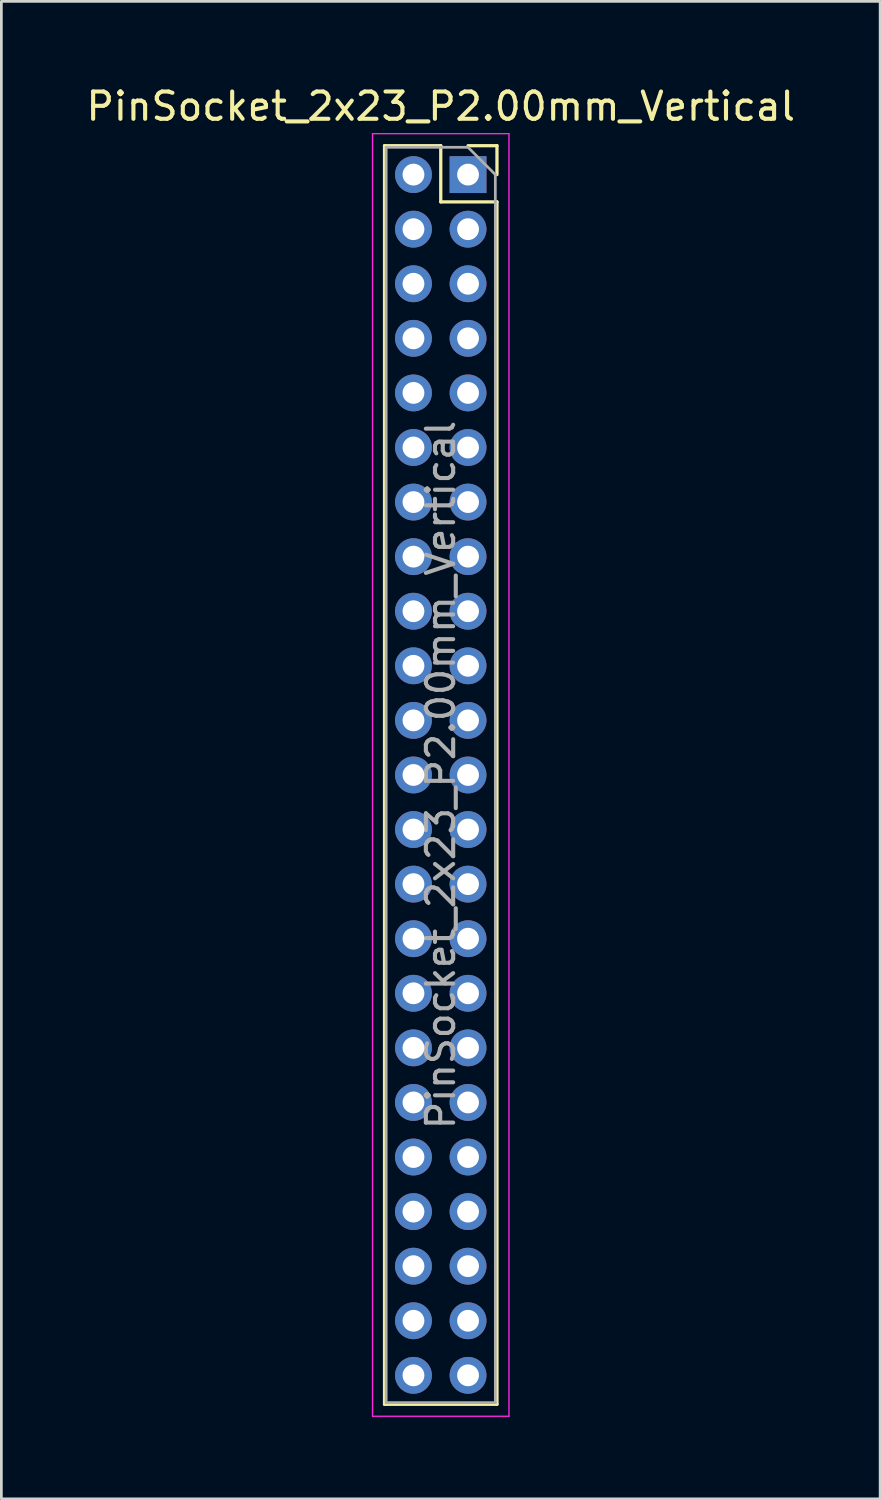
<source format=kicad_pcb>
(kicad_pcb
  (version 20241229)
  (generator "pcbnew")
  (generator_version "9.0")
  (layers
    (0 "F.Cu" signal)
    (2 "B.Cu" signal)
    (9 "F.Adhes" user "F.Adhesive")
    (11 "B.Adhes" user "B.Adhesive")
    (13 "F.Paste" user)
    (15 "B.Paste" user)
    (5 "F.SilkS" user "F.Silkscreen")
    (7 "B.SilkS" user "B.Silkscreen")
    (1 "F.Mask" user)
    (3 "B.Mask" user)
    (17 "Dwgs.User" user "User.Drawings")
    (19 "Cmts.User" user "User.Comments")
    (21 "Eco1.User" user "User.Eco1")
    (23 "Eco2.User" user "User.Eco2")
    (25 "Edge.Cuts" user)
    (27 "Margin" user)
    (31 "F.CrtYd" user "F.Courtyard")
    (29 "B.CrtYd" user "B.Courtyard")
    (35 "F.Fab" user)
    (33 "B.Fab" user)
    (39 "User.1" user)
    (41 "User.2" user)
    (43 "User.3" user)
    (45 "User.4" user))
  (footprint "PinSocket_2x23_P2.00mm_Vertical"
    (layer "F.Cu")
    (at 14.101 3.348)
    (property "Reference" "PinSocket_2x23_P2.00mm_Vertical" (at -1 -2.5 0) (layer "F.SilkS") (effects (font (size 1 1) (thickness 0.15))))
    (attr through_hole)
    (fp_line (start -3.06 -1.06) (end -3.06 45.06) (stroke (width 0.12) (type solid)) (layer "F.SilkS"))
    (fp_line (start -3.06 -1.06) (end -1 -1.06) (stroke (width 0.12) (type solid)) (layer "F.SilkS"))
    (fp_line (start -3.06 45.06) (end 1.06 45.06) (stroke (width 0.12) (type solid)) (layer "F.SilkS"))
    (fp_line (start -1 -1.06) (end -1 1) (stroke (width 0.12) (type solid)) (layer "F.SilkS"))
    (fp_line (start -1 1) (end 1.06 1) (stroke (width 0.12) (type solid)) (layer "F.SilkS"))
    (fp_line (start 0 -1.06) (end 1.06 -1.06) (stroke (width 0.12) (type solid)) (layer "F.SilkS"))
    (fp_line (start 1.06 -1.06) (end 1.06 0) (stroke (width 0.12) (type solid)) (layer "F.SilkS"))
    (fp_line (start 1.06 1) (end 1.06 45.06) (stroke (width 0.12) (type solid)) (layer "F.SilkS"))
    (fp_line (start -3.5 -1.5) (end 1.5 -1.5) (stroke (width 0.05) (type solid)) (layer "F.CrtYd"))
    (fp_line (start -3.5 45.5) (end -3.5 -1.5) (stroke (width 0.05) (type solid)) (layer "F.CrtYd"))
    (fp_line (start 1.5 -1.5) (end 1.5 45.5) (stroke (width 0.05) (type solid)) (layer "F.CrtYd"))
    (fp_line (start 1.5 45.5) (end -3.5 45.5) (stroke (width 0.05) (type solid)) (layer "F.CrtYd"))
    (fp_line (start -3 -1) (end 0 -1) (stroke (width 0.1) (type solid)) (layer "F.Fab"))
    (fp_line (start -3 45) (end -3 -1) (stroke (width 0.1) (type solid)) (layer "F.Fab"))
    (fp_line (start 0 -1) (end 1 0) (stroke (width 0.1) (type solid)) (layer "F.Fab"))
    (fp_line (start 1 0) (end 1 45) (stroke (width 0.1) (type solid)) (layer "F.Fab"))
    (fp_line (start 1 45) (end -3 45) (stroke (width 0.1) (type solid)) (layer "F.Fab"))
    (fp_text user "${REFERENCE}" (at -1 22 90) (layer "F.Fab") (effects (font (size 1 1) (thickness 0.15))))
    (pad "1" thru_hole rect (at 0 0) (size 1.35 1.35) (drill 0.8) (layers "*.Cu" "*.Mask"))
    (pad "2" thru_hole circle (at -2 0) (size 1.35 1.35) (drill 0.8) (layers "*.Cu" "*.Mask"))
    (pad "3" thru_hole circle (at 0 2) (size 1.35 1.35) (drill 0.8) (layers "*.Cu" "*.Mask"))
    (pad "4" thru_hole circle (at -2 2) (size 1.35 1.35) (drill 0.8) (layers "*.Cu" "*.Mask"))
    (pad "5" thru_hole circle (at 0 4) (size 1.35 1.35) (drill 0.8) (layers "*.Cu" "*.Mask"))
    (pad "6" thru_hole circle (at -2 4) (size 1.35 1.35) (drill 0.8) (layers "*.Cu" "*.Mask"))
    (pad "7" thru_hole circle (at 0 6) (size 1.35 1.35) (drill 0.8) (layers "*.Cu" "*.Mask"))
    (pad "8" thru_hole circle (at -2 6) (size 1.35 1.35) (drill 0.8) (layers "*.Cu" "*.Mask"))
    (pad "9" thru_hole circle (at 0 8) (size 1.35 1.35) (drill 0.8) (layers "*.Cu" "*.Mask"))
    (pad "10" thru_hole circle (at -2 8) (size 1.35 1.35) (drill 0.8) (layers "*.Cu" "*.Mask"))
    (pad "11" thru_hole circle (at 0 10) (size 1.35 1.35) (drill 0.8) (layers "*.Cu" "*.Mask"))
    (pad "12" thru_hole circle (at -2 10) (size 1.35 1.35) (drill 0.8) (layers "*.Cu" "*.Mask"))
    (pad "13" thru_hole circle (at 0 12) (size 1.35 1.35) (drill 0.8) (layers "*.Cu" "*.Mask"))
    (pad "14" thru_hole circle (at -2 12) (size 1.35 1.35) (drill 0.8) (layers "*.Cu" "*.Mask"))
    (pad "15" thru_hole circle (at 0 14) (size 1.35 1.35) (drill 0.8) (layers "*.Cu" "*.Mask"))
    (pad "16" thru_hole circle (at -2 14) (size 1.35 1.35) (drill 0.8) (layers "*.Cu" "*.Mask"))
    (pad "17" thru_hole circle (at 0 16) (size 1.35 1.35) (drill 0.8) (layers "*.Cu" "*.Mask"))
    (pad "18" thru_hole circle (at -2 16) (size 1.35 1.35) (drill 0.8) (layers "*.Cu" "*.Mask"))
    (pad "19" thru_hole circle (at 0 18) (size 1.35 1.35) (drill 0.8) (layers "*.Cu" "*.Mask"))
    (pad "20" thru_hole circle (at -2 18) (size 1.35 1.35) (drill 0.8) (layers "*.Cu" "*.Mask"))
    (pad "21" thru_hole circle (at 0 20) (size 1.35 1.35) (drill 0.8) (layers "*.Cu" "*.Mask"))
    (pad "22" thru_hole circle (at -2 20) (size 1.35 1.35) (drill 0.8) (layers "*.Cu" "*.Mask"))
    (pad "23" thru_hole circle (at 0 22) (size 1.35 1.35) (drill 0.8) (layers "*.Cu" "*.Mask"))
    (pad "24" thru_hole circle (at -2 22) (size 1.35 1.35) (drill 0.8) (layers "*.Cu" "*.Mask"))
    (pad "25" thru_hole circle (at 0 24) (size 1.35 1.35) (drill 0.8) (layers "*.Cu" "*.Mask"))
    (pad "26" thru_hole circle (at -2 24) (size 1.35 1.35) (drill 0.8) (layers "*.Cu" "*.Mask"))
    (pad "27" thru_hole circle (at 0 26) (size 1.35 1.35) (drill 0.8) (layers "*.Cu" "*.Mask"))
    (pad "28" thru_hole circle (at -2 26) (size 1.35 1.35) (drill 0.8) (layers "*.Cu" "*.Mask"))
    (pad "29" thru_hole circle (at 0 28) (size 1.35 1.35) (drill 0.8) (layers "*.Cu" "*.Mask"))
    (pad "30" thru_hole circle (at -2 28) (size 1.35 1.35) (drill 0.8) (layers "*.Cu" "*.Mask"))
    (pad "31" thru_hole circle (at 0 30) (size 1.35 1.35) (drill 0.8) (layers "*.Cu" "*.Mask"))
    (pad "32" thru_hole circle (at -2 30) (size 1.35 1.35) (drill 0.8) (layers "*.Cu" "*.Mask"))
    (pad "33" thru_hole circle (at 0 32) (size 1.35 1.35) (drill 0.8) (layers "*.Cu" "*.Mask"))
    (pad "34" thru_hole circle (at -2 32) (size 1.35 1.35) (drill 0.8) (layers "*.Cu" "*.Mask"))
    (pad "35" thru_hole circle (at 0 34) (size 1.35 1.35) (drill 0.8) (layers "*.Cu" "*.Mask"))
    (pad "36" thru_hole circle (at -2 34) (size 1.35 1.35) (drill 0.8) (layers "*.Cu" "*.Mask"))
    (pad "37" thru_hole circle (at 0 36) (size 1.35 1.35) (drill 0.8) (layers "*.Cu" "*.Mask"))
    (pad "38" thru_hole circle (at -2 36) (size 1.35 1.35) (drill 0.8) (layers "*.Cu" "*.Mask"))
    (pad "39" thru_hole circle (at 0 38) (size 1.35 1.35) (drill 0.8) (layers "*.Cu" "*.Mask"))
    (pad "40" thru_hole circle (at -2 38) (size 1.35 1.35) (drill 0.8) (layers "*.Cu" "*.Mask"))
    (pad "41" thru_hole circle (at 0 40) (size 1.35 1.35) (drill 0.8) (layers "*.Cu" "*.Mask"))
    (pad "42" thru_hole circle (at -2 40) (size 1.35 1.35) (drill 0.8) (layers "*.Cu" "*.Mask"))
    (pad "43" thru_hole circle (at 0 42) (size 1.35 1.35) (drill 0.8) (layers "*.Cu" "*.Mask"))
    (pad "44" thru_hole circle (at -2 42) (size 1.35 1.35) (drill 0.8) (layers "*.Cu" "*.Mask"))
    (pad "45" thru_hole circle (at 0 44) (size 1.35 1.35) (drill 0.8) (layers "*.Cu" "*.Mask"))
    (pad "46" thru_hole circle (at -2 44) (size 1.35 1.35) (drill 0.8) (layers "*.Cu" "*.Mask")))
  (gr_rect
    (start -3 -3)
    (end 29.202 51.873)
    (stroke (width 0.1) (type default))
    (fill no)
    (layer "Edge.Cuts")))
</source>
